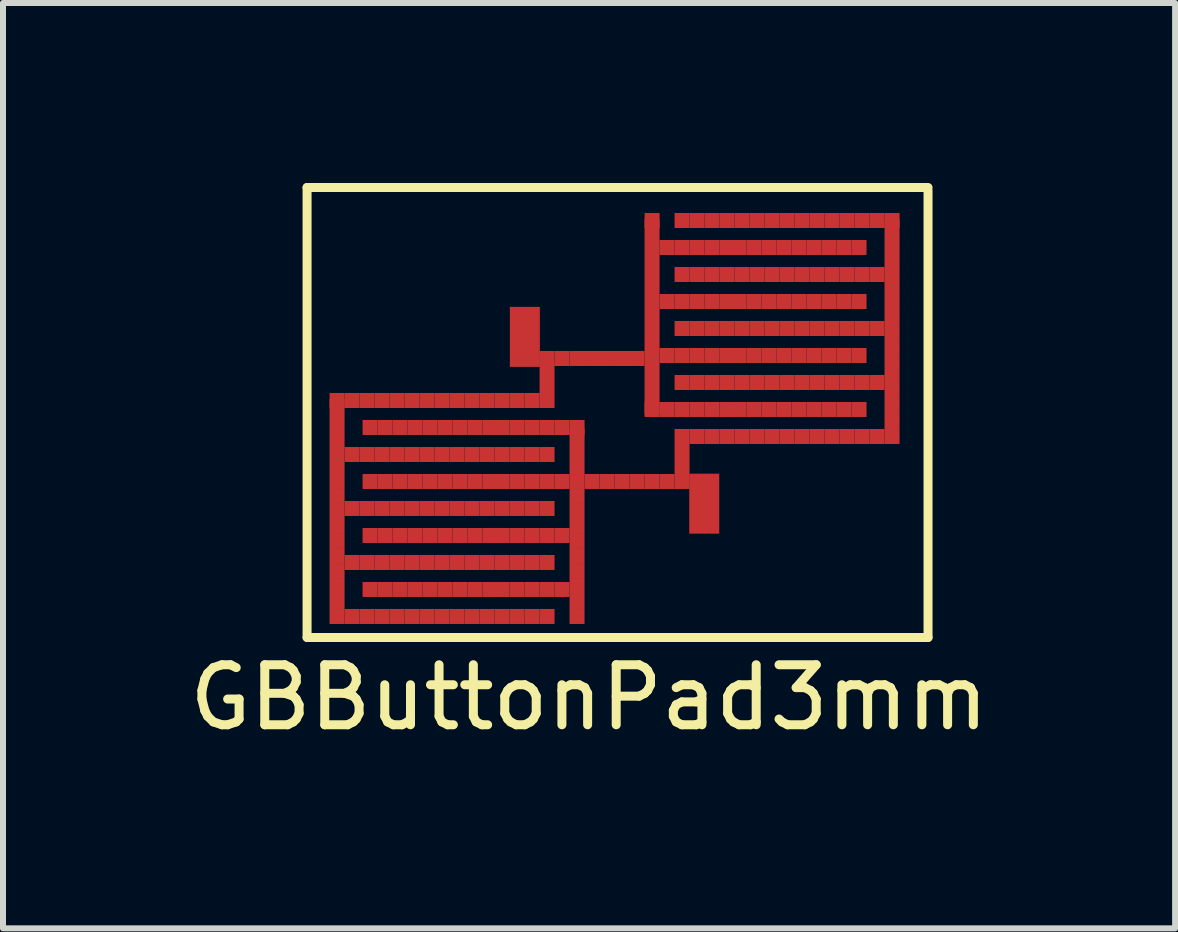
<source format=kicad_pcb>
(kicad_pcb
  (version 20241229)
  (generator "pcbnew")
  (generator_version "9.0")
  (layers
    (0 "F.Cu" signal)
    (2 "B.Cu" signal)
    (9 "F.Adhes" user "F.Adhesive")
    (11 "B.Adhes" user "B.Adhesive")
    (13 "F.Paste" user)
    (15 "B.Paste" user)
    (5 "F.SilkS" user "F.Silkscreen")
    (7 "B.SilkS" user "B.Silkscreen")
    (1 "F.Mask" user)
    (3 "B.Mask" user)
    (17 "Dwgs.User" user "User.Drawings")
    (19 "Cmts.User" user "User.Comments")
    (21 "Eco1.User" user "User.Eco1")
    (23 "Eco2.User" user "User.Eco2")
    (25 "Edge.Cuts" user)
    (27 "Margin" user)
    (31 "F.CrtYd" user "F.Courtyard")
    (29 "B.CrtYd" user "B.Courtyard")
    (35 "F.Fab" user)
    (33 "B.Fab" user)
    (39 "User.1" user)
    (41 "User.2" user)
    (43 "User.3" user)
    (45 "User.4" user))
  (footprint "GBButtonPad3mm"
    (layer "F.Cu")
    (at 6.768 4.075)
    (property "Reference" "GBButtonPad3mm" (at 0 4.5 0) (layer "F.SilkS") (effects (font (size 1 1) (thickness 0.15))))
    (attr through_hole)
    (fp_line (start -4.7 -4) (end 5.65 -4) (stroke (width 0.15) (type solid)) (layer "F.SilkS"))
    (fp_line (start -4.7 3.5) (end -4.7 -4) (stroke (width 0.15) (type solid)) (layer "F.SilkS"))
    (fp_line (start 5.65 -3.95) (end 5.65 3.5) (stroke (width 0.15) (type solid)) (layer "F.SilkS"))
    (fp_line (start 5.65 3.5) (end -4.7 3.5) (stroke (width 0.15) (type solid)) (layer "F.SilkS"))
    (pad "1" connect rect (at -1.07 -1.51) (size 0.5 1) (layers "F.Cu" "F.Mask"))
    (pad "2" connect rect (at 1.92 1.27) (size 0.5 1) (layers "F.Cu" "F.Mask"))
    (pad "13" connect rect (at -4.2 -0.45) (size 0.25 0.25) (layers "F.Cu" "F.Mask"))
    (pad "13" connect rect (at 5.05 -3.45 180) (size 0.25 0.25) (layers "F.Cu" "F.Mask"))
    (pad "14" connect rect (at -3.95 -0.45) (size 0.25 0.25) (layers "F.Cu" "F.Mask"))
    (pad "14" connect rect (at 4.8 -3.45 180) (size 0.25 0.25) (layers "F.Cu" "F.Mask"))
    (pad "15" connect rect (at -3.7 -0.45) (size 0.25 0.25) (layers "F.Cu" "F.Mask"))
    (pad "15" connect rect (at 4.55 -3.45 180) (size 0.25 0.25) (layers "F.Cu" "F.Mask"))
    (pad "16" connect rect (at -3.45 -0.45) (size 0.25 0.25) (layers "F.Cu" "F.Mask"))
    (pad "16" connect rect (at 4.3 -3.45 180) (size 0.25 0.25) (layers "F.Cu" "F.Mask"))
    (pad "17" connect rect (at -3.2 -0.45) (size 0.25 0.25) (layers "F.Cu" "F.Mask"))
    (pad "17" connect rect (at 4.05 -3.45 180) (size 0.25 0.25) (layers "F.Cu" "F.Mask"))
    (pad "18" connect rect (at -2.95 -0.45) (size 0.25 0.25) (layers "F.Cu" "F.Mask"))
    (pad "18" connect rect (at 3.8 -3.45 180) (size 0.25 0.25) (layers "F.Cu" "F.Mask"))
    (pad "19" connect rect (at -2.7 -0.45) (size 0.25 0.25) (layers "F.Cu" "F.Mask"))
    (pad "19" connect rect (at 3.55 -3.45 180) (size 0.25 0.25) (layers "F.Cu" "F.Mask"))
    (pad "20" connect rect (at -2.45 -0.45) (size 0.25 0.25) (layers "F.Cu" "F.Mask"))
    (pad "20" connect rect (at 3.3 -3.45 180) (size 0.25 0.25) (layers "F.Cu" "F.Mask"))
    (pad "21" connect rect (at -2.2 -0.45) (size 0.25 0.25) (layers "F.Cu" "F.Mask"))
    (pad "21" connect rect (at 3.05 -3.45 180) (size 0.25 0.25) (layers "F.Cu" "F.Mask"))
    (pad "22" connect rect (at -1.95 -0.45) (size 0.25 0.25) (layers "F.Cu" "F.Mask"))
    (pad "22" connect rect (at 2.8 -3.45 180) (size 0.25 0.25) (layers "F.Cu" "F.Mask"))
    (pad "23" connect rect (at -1.7 -0.45) (size 0.25 0.25) (layers "F.Cu" "F.Mask"))
    (pad "23" connect rect (at 2.55 -3.45 180) (size 0.25 0.25) (layers "F.Cu" "F.Mask"))
    (pad "24" connect rect (at -1.45 -0.45) (size 0.25 0.25) (layers "F.Cu" "F.Mask"))
    (pad "24" connect rect (at 2.3 -3.45 180) (size 0.25 0.25) (layers "F.Cu" "F.Mask"))
    (pad "25" connect rect (at -1.2 -0.45) (size 0.25 0.25) (layers "F.Cu" "F.Mask"))
    (pad "25" connect rect (at 2.05 -3.45 180) (size 0.25 0.25) (layers "F.Cu" "F.Mask"))
    (pad "26" connect rect (at -0.95 -0.45) (size 0.25 0.25) (layers "F.Cu" "F.Mask"))
    (pad "26" connect rect (at 1.8 -3.45 180) (size 0.25 0.25) (layers "F.Cu" "F.Mask"))
    (pad "27" connect rect (at -0.7 -0.45) (size 0.25 0.25) (layers "F.Cu" "F.Mask"))
    (pad "27" connect rect (at 1.55 -3.45 180) (size 0.25 0.25) (layers "F.Cu" "F.Mask"))
    (pad "29" connect rect (at -4.2 -0.35) (size 0.25 0.25) (layers "F.Cu" "F.Mask"))
    (pad "29" connect rect (at 5.05 -3.35 180) (size 0.25 0.25) (layers "F.Cu" "F.Mask"))
    (pad "30" connect rect (at -4.2 -0.1) (size 0.25 0.25) (layers "F.Cu" "F.Mask"))
    (pad "30" connect rect (at 5.05 -3.1 180) (size 0.25 0.25) (layers "F.Cu" "F.Mask"))
    (pad "31" connect rect (at -4.2 0.15) (size 0.25 0.25) (layers "F.Cu" "F.Mask"))
    (pad "31" connect rect (at 5.05 -2.85 180) (size 0.25 0.25) (layers "F.Cu" "F.Mask"))
    (pad "32" connect rect (at -4.2 0.4) (size 0.25 0.25) (layers "F.Cu" "F.Mask"))
    (pad "32" connect rect (at 5.05 -2.6 180) (size 0.25 0.25) (layers "F.Cu" "F.Mask"))
    (pad "33" connect rect (at -4.2 0.65) (size 0.25 0.25) (layers "F.Cu" "F.Mask"))
    (pad "33" connect rect (at 5.05 -2.35 180) (size 0.25 0.25) (layers "F.Cu" "F.Mask"))
    (pad "34" connect rect (at -4.2 0.9) (size 0.25 0.25) (layers "F.Cu" "F.Mask"))
    (pad "34" connect rect (at 5.05 -2.1 180) (size 0.25 0.25) (layers "F.Cu" "F.Mask"))
    (pad "35" connect rect (at -4.2 1.15) (size 0.25 0.25) (layers "F.Cu" "F.Mask"))
    (pad "35" connect rect (at 5.05 -1.85 180) (size 0.25 0.25) (layers "F.Cu" "F.Mask"))
    (pad "36" connect rect (at -4.2 1.4) (size 0.25 0.25) (layers "F.Cu" "F.Mask"))
    (pad "36" connect rect (at 5.05 -1.6 180) (size 0.25 0.25) (layers "F.Cu" "F.Mask"))
    (pad "37" connect rect (at -4.2 1.65) (size 0.25 0.25) (layers "F.Cu" "F.Mask"))
    (pad "37" connect rect (at 5.05 -1.35 180) (size 0.25 0.25) (layers "F.Cu" "F.Mask"))
    (pad "38" connect rect (at -4.2 1.9) (size 0.25 0.25) (layers "F.Cu" "F.Mask"))
    (pad "38" connect rect (at 5.05 -1.1 180) (size 0.25 0.25) (layers "F.Cu" "F.Mask"))
    (pad "39" connect rect (at -4.2 2.15) (size 0.25 0.25) (layers "F.Cu" "F.Mask"))
    (pad "39" connect rect (at 5.05 -0.85 180) (size 0.25 0.25) (layers "F.Cu" "F.Mask"))
    (pad "40" connect rect (at -4.2 2.4) (size 0.25 0.25) (layers "F.Cu" "F.Mask"))
    (pad "40" connect rect (at 5.05 -0.6 180) (size 0.25 0.25) (layers "F.Cu" "F.Mask"))
    (pad "41" connect rect (at -4.2 2.65) (size 0.25 0.25) (layers "F.Cu" "F.Mask"))
    (pad "41" connect rect (at 5.05 -0.35 180) (size 0.25 0.25) (layers "F.Cu" "F.Mask"))
    (pad "42" connect rect (at -4.2 2.9) (size 0.25 0.25) (layers "F.Cu" "F.Mask"))
    (pad "42" connect rect (at 5.05 -0.1 180) (size 0.25 0.25) (layers "F.Cu" "F.Mask"))
    (pad "43" connect rect (at -4.2 3.15) (size 0.25 0.25) (layers "F.Cu" "F.Mask"))
    (pad "43" connect rect (at 5.05 0.15 180) (size 0.25 0.25) (layers "F.Cu" "F.Mask"))
    (pad "45" connect rect (at 1.05 -3.45 180) (size 0.25 0.25) (layers "F.Cu" "F.Mask"))
    (pad "46" connect rect (at 1.05 -3.35 180) (size 0.25 0.25) (layers "F.Cu" "F.Mask"))
    (pad "47" connect rect (at 1.05 -3.1 180) (size 0.25 0.25) (layers "F.Cu" "F.Mask"))
    (pad "48" connect rect (at -0.2 0.15) (size 0.25 0.25) (layers "F.Cu" "F.Mask"))
    (pad "48" connect rect (at 1.05 -2.85 180) (size 0.25 0.25) (layers "F.Cu" "F.Mask"))
    (pad "49" connect rect (at -0.2 0.4) (size 0.25 0.25) (layers "F.Cu" "F.Mask"))
    (pad "49" connect rect (at 1.05 -2.6 180) (size 0.25 0.25) (layers "F.Cu" "F.Mask"))
    (pad "50" connect rect (at -0.2 0.65) (size 0.25 0.25) (layers "F.Cu" "F.Mask"))
    (pad "50" connect rect (at 1.05 -2.35 180) (size 0.25 0.25) (layers "F.Cu" "F.Mask"))
    (pad "51" connect rect (at -0.2 0.9) (size 0.25 0.25) (layers "F.Cu" "F.Mask"))
    (pad "51" connect rect (at 1.05 -2.1 180) (size 0.25 0.25) (layers "F.Cu" "F.Mask"))
    (pad "52" connect rect (at -0.2 1.15) (size 0.25 0.25) (layers "F.Cu" "F.Mask"))
    (pad "52" connect rect (at 1.05 -1.85 180) (size 0.25 0.25) (layers "F.Cu" "F.Mask"))
    (pad "53" connect rect (at -0.2 1.4) (size 0.25 0.25) (layers "F.Cu" "F.Mask"))
    (pad "53" connect rect (at 1.05 -1.6 180) (size 0.25 0.25) (layers "F.Cu" "F.Mask"))
    (pad "54" connect rect (at -0.2 1.65) (size 0.25 0.25) (layers "F.Cu" "F.Mask"))
    (pad "54" connect rect (at 1.05 -1.35 180) (size 0.25 0.25) (layers "F.Cu" "F.Mask"))
    (pad "55" connect rect (at -0.2 1.9) (size 0.25 0.25) (layers "F.Cu" "F.Mask"))
    (pad "55" connect rect (at 1.05 -1.1 180) (size 0.25 0.25) (layers "F.Cu" "F.Mask"))
    (pad "56" connect rect (at -0.2 2.15) (size 0.25 0.25) (layers "F.Cu" "F.Mask"))
    (pad "56" connect rect (at 1.05 -0.85 180) (size 0.25 0.25) (layers "F.Cu" "F.Mask"))
    (pad "57" connect rect (at -0.2 2.4) (size 0.25 0.25) (layers "F.Cu" "F.Mask"))
    (pad "57" connect rect (at 1.05 -0.6 180) (size 0.25 0.25) (layers "F.Cu" "F.Mask"))
    (pad "58" connect rect (at -0.2 2.65) (size 0.25 0.25) (layers "F.Cu" "F.Mask"))
    (pad "58" connect rect (at 1.05 -0.35 180) (size 0.25 0.25) (layers "F.Cu" "F.Mask"))
    (pad "59" connect rect (at -0.2 2.9) (size 0.25 0.25) (layers "F.Cu" "F.Mask"))
    (pad "60" connect rect (at -0.2 3.15) (size 0.25 0.25) (layers "F.Cu" "F.Mask"))
    (pad "61" connect rect (at -3.95 0.45) (size 0.25 0.25) (layers "F.Cu" "F.Mask"))
    (pad "61" connect rect (at -3.95 1.35) (size 0.25 0.25) (layers "F.Cu" "F.Mask"))
    (pad "61" connect rect (at -3.95 2.25) (size 0.25 0.25) (layers "F.Cu" "F.Mask"))
    (pad "61" connect rect (at -3.95 3.15) (size 0.25 0.25) (layers "F.Cu" "F.Mask"))
    (pad "61" connect rect (at 4.8 -2.55 180) (size 0.25 0.25) (layers "F.Cu" "F.Mask"))
    (pad "61" connect rect (at 4.8 -1.65 180) (size 0.25 0.25) (layers "F.Cu" "F.Mask"))
    (pad "61" connect rect (at 4.8 -0.75 180) (size 0.25 0.25) (layers "F.Cu" "F.Mask"))
    (pad "61" connect rect (at 4.8 0.15 180) (size 0.25 0.25) (layers "F.Cu" "F.Mask"))
    (pad "62" connect rect (at -3.7 0.45) (size 0.25 0.25) (layers "F.Cu" "F.Mask"))
    (pad "62" connect rect (at -3.7 1.35) (size 0.25 0.25) (layers "F.Cu" "F.Mask"))
    (pad "62" connect rect (at -3.7 2.25) (size 0.25 0.25) (layers "F.Cu" "F.Mask"))
    (pad "62" connect rect (at -3.7 3.15) (size 0.25 0.25) (layers "F.Cu" "F.Mask"))
    (pad "62" connect rect (at 4.55 -2.55 180) (size 0.25 0.25) (layers "F.Cu" "F.Mask"))
    (pad "62" connect rect (at 4.55 -1.65 180) (size 0.25 0.25) (layers "F.Cu" "F.Mask"))
    (pad "62" connect rect (at 4.55 -0.75 180) (size 0.25 0.25) (layers "F.Cu" "F.Mask"))
    (pad "62" connect rect (at 4.55 0.15 180) (size 0.25 0.25) (layers "F.Cu" "F.Mask"))
    (pad "63" connect rect (at -3.45 0.45) (size 0.25 0.25) (layers "F.Cu" "F.Mask"))
    (pad "63" connect rect (at -3.45 1.35) (size 0.25 0.25) (layers "F.Cu" "F.Mask"))
    (pad "63" connect rect (at -3.45 2.25) (size 0.25 0.25) (layers "F.Cu" "F.Mask"))
    (pad "63" connect rect (at -3.45 3.15) (size 0.25 0.25) (layers "F.Cu" "F.Mask"))
    (pad "63" connect rect (at 4.3 -2.55 180) (size 0.25 0.25) (layers "F.Cu" "F.Mask"))
    (pad "63" connect rect (at 4.3 -1.65 180) (size 0.25 0.25) (layers "F.Cu" "F.Mask"))
    (pad "63" connect rect (at 4.3 -0.75 180) (size 0.25 0.25) (layers "F.Cu" "F.Mask"))
    (pad "63" connect rect (at 4.3 0.15 180) (size 0.25 0.25) (layers "F.Cu" "F.Mask"))
    (pad "64" connect rect (at -3.2 0.45) (size 0.25 0.25) (layers "F.Cu" "F.Mask"))
    (pad "64" connect rect (at -3.2 1.35) (size 0.25 0.25) (layers "F.Cu" "F.Mask"))
    (pad "64" connect rect (at -3.2 2.25) (size 0.25 0.25) (layers "F.Cu" "F.Mask"))
    (pad "64" connect rect (at -3.2 3.15) (size 0.25 0.25) (layers "F.Cu" "F.Mask"))
    (pad "64" connect rect (at 4.05 -2.55 180) (size 0.25 0.25) (layers "F.Cu" "F.Mask"))
    (pad "64" connect rect (at 4.05 -1.65 180) (size 0.25 0.25) (layers "F.Cu" "F.Mask"))
    (pad "64" connect rect (at 4.05 -0.75 180) (size 0.25 0.25) (layers "F.Cu" "F.Mask"))
    (pad "64" connect rect (at 4.05 0.15 180) (size 0.25 0.25) (layers "F.Cu" "F.Mask"))
    (pad "65" connect rect (at -2.95 0.45) (size 0.25 0.25) (layers "F.Cu" "F.Mask"))
    (pad "65" connect rect (at -2.95 1.35) (size 0.25 0.25) (layers "F.Cu" "F.Mask"))
    (pad "65" connect rect (at -2.95 2.25) (size 0.25 0.25) (layers "F.Cu" "F.Mask"))
    (pad "65" connect rect (at -2.95 3.15) (size 0.25 0.25) (layers "F.Cu" "F.Mask"))
    (pad "65" connect rect (at 3.8 -2.55 180) (size 0.25 0.25) (layers "F.Cu" "F.Mask"))
    (pad "65" connect rect (at 3.8 -1.65 180) (size 0.25 0.25) (layers "F.Cu" "F.Mask"))
    (pad "65" connect rect (at 3.8 -0.75 180) (size 0.25 0.25) (layers "F.Cu" "F.Mask"))
    (pad "65" connect rect (at 3.8 0.15 180) (size 0.25 0.25) (layers "F.Cu" "F.Mask"))
    (pad "66" connect rect (at -2.7 0.45) (size 0.25 0.25) (layers "F.Cu" "F.Mask"))
    (pad "66" connect rect (at -2.7 1.35) (size 0.25 0.25) (layers "F.Cu" "F.Mask"))
    (pad "66" connect rect (at -2.7 2.25) (size 0.25 0.25) (layers "F.Cu" "F.Mask"))
    (pad "66" connect rect (at -2.7 3.15) (size 0.25 0.25) (layers "F.Cu" "F.Mask"))
    (pad "66" connect rect (at 3.55 -2.55 180) (size 0.25 0.25) (layers "F.Cu" "F.Mask"))
    (pad "66" connect rect (at 3.55 -1.65 180) (size 0.25 0.25) (layers "F.Cu" "F.Mask"))
    (pad "66" connect rect (at 3.55 -0.75 180) (size 0.25 0.25) (layers "F.Cu" "F.Mask"))
    (pad "66" connect rect (at 3.55 0.15 180) (size 0.25 0.25) (layers "F.Cu" "F.Mask"))
    (pad "67" connect rect (at -2.45 0.45) (size 0.25 0.25) (layers "F.Cu" "F.Mask"))
    (pad "67" connect rect (at -2.45 1.35) (size 0.25 0.25) (layers "F.Cu" "F.Mask"))
    (pad "67" connect rect (at -2.45 2.25) (size 0.25 0.25) (layers "F.Cu" "F.Mask"))
    (pad "67" connect rect (at -2.45 3.15) (size 0.25 0.25) (layers "F.Cu" "F.Mask"))
    (pad "67" connect rect (at 3.3 -2.55 180) (size 0.25 0.25) (layers "F.Cu" "F.Mask"))
    (pad "67" connect rect (at 3.3 -1.65 180) (size 0.25 0.25) (layers "F.Cu" "F.Mask"))
    (pad "67" connect rect (at 3.3 -0.75 180) (size 0.25 0.25) (layers "F.Cu" "F.Mask"))
    (pad "67" connect rect (at 3.3 0.15 180) (size 0.25 0.25) (layers "F.Cu" "F.Mask"))
    (pad "68" connect rect (at -2.2 0.45) (size 0.25 0.25) (layers "F.Cu" "F.Mask"))
    (pad "68" connect rect (at -2.2 1.35) (size 0.25 0.25) (layers "F.Cu" "F.Mask"))
    (pad "68" connect rect (at -2.2 2.25) (size 0.25 0.25) (layers "F.Cu" "F.Mask"))
    (pad "68" connect rect (at -2.2 3.15) (size 0.25 0.25) (layers "F.Cu" "F.Mask"))
    (pad "68" connect rect (at 3.05 -2.55 180) (size 0.25 0.25) (layers "F.Cu" "F.Mask"))
    (pad "68" connect rect (at 3.05 -1.65 180) (size 0.25 0.25) (layers "F.Cu" "F.Mask"))
    (pad "68" connect rect (at 3.05 -0.75 180) (size 0.25 0.25) (layers "F.Cu" "F.Mask"))
    (pad "68" connect rect (at 3.05 0.15 180) (size 0.25 0.25) (layers "F.Cu" "F.Mask"))
    (pad "69" connect rect (at -1.95 0.45) (size 0.25 0.25) (layers "F.Cu" "F.Mask"))
    (pad "69" connect rect (at -1.95 1.35) (size 0.25 0.25) (layers "F.Cu" "F.Mask"))
    (pad "69" connect rect (at -1.95 2.25) (size 0.25 0.25) (layers "F.Cu" "F.Mask"))
    (pad "69" connect rect (at -1.95 3.15) (size 0.25 0.25) (layers "F.Cu" "F.Mask"))
    (pad "69" connect rect (at 2.8 -2.55 180) (size 0.25 0.25) (layers "F.Cu" "F.Mask"))
    (pad "69" connect rect (at 2.8 -1.65 180) (size 0.25 0.25) (layers "F.Cu" "F.Mask"))
    (pad "69" connect rect (at 2.8 -0.75 180) (size 0.25 0.25) (layers "F.Cu" "F.Mask"))
    (pad "69" connect rect (at 2.8 0.15 180) (size 0.25 0.25) (layers "F.Cu" "F.Mask"))
    (pad "70" connect rect (at -1.7 0.45) (size 0.25 0.25) (layers "F.Cu" "F.Mask"))
    (pad "70" connect rect (at -1.7 1.35) (size 0.25 0.25) (layers "F.Cu" "F.Mask"))
    (pad "70" connect rect (at -1.7 2.25) (size 0.25 0.25) (layers "F.Cu" "F.Mask"))
    (pad "70" connect rect (at -1.7 3.15) (size 0.25 0.25) (layers "F.Cu" "F.Mask"))
    (pad "70" connect rect (at 2.55 -2.55 180) (size 0.25 0.25) (layers "F.Cu" "F.Mask"))
    (pad "70" connect rect (at 2.55 -1.65 180) (size 0.25 0.25) (layers "F.Cu" "F.Mask"))
    (pad "70" connect rect (at 2.55 -0.75 180) (size 0.25 0.25) (layers "F.Cu" "F.Mask"))
    (pad "70" connect rect (at 2.55 0.15 180) (size 0.25 0.25) (layers "F.Cu" "F.Mask"))
    (pad "71" connect rect (at -1.45 0.45) (size 0.25 0.25) (layers "F.Cu" "F.Mask"))
    (pad "71" connect rect (at -1.45 1.35) (size 0.25 0.25) (layers "F.Cu" "F.Mask"))
    (pad "71" connect rect (at -1.45 2.25) (size 0.25 0.25) (layers "F.Cu" "F.Mask"))
    (pad "71" connect rect (at -1.45 3.15) (size 0.25 0.25) (layers "F.Cu" "F.Mask"))
    (pad "71" connect rect (at 2.3 -2.55 180) (size 0.25 0.25) (layers "F.Cu" "F.Mask"))
    (pad "71" connect rect (at 2.3 -1.65 180) (size 0.25 0.25) (layers "F.Cu" "F.Mask"))
    (pad "71" connect rect (at 2.3 -0.75 180) (size 0.25 0.25) (layers "F.Cu" "F.Mask"))
    (pad "71" connect rect (at 2.3 0.15 180) (size 0.25 0.25) (layers "F.Cu" "F.Mask"))
    (pad "72" connect rect (at -1.2 0.45) (size 0.25 0.25) (layers "F.Cu" "F.Mask"))
    (pad "72" connect rect (at -1.2 1.35) (size 0.25 0.25) (layers "F.Cu" "F.Mask"))
    (pad "72" connect rect (at -1.2 2.25) (size 0.25 0.25) (layers "F.Cu" "F.Mask"))
    (pad "72" connect rect (at -1.2 3.15) (size 0.25 0.25) (layers "F.Cu" "F.Mask"))
    (pad "72" connect rect (at 2.05 -2.55 180) (size 0.25 0.25) (layers "F.Cu" "F.Mask"))
    (pad "72" connect rect (at 2.05 -1.65 180) (size 0.25 0.25) (layers "F.Cu" "F.Mask"))
    (pad "72" connect rect (at 2.05 -0.75 180) (size 0.25 0.25) (layers "F.Cu" "F.Mask"))
    (pad "72" connect rect (at 2.05 0.15 180) (size 0.25 0.25) (layers "F.Cu" "F.Mask"))
    (pad "73" connect rect (at -0.95 0.45) (size 0.25 0.25) (layers "F.Cu" "F.Mask"))
    (pad "73" connect rect (at -0.95 1.35) (size 0.25 0.25) (layers "F.Cu" "F.Mask"))
    (pad "73" connect rect (at -0.95 2.25) (size 0.25 0.25) (layers "F.Cu" "F.Mask"))
    (pad "73" connect rect (at -0.95 3.15) (size 0.25 0.25) (layers "F.Cu" "F.Mask"))
    (pad "73" connect rect (at 1.8 -2.55 180) (size 0.25 0.25) (layers "F.Cu" "F.Mask"))
    (pad "73" connect rect (at 1.8 -1.65 180) (size 0.25 0.25) (layers "F.Cu" "F.Mask"))
    (pad "73" connect rect (at 1.8 -0.75 180) (size 0.25 0.25) (layers "F.Cu" "F.Mask"))
    (pad "73" connect rect (at 1.8 0.15 180) (size 0.25 0.25) (layers "F.Cu" "F.Mask"))
    (pad "74" connect rect (at -0.7 0.45) (size 0.25 0.25) (layers "F.Cu" "F.Mask"))
    (pad "74" connect rect (at -0.7 1.35) (size 0.25 0.25) (layers "F.Cu" "F.Mask"))
    (pad "74" connect rect (at -0.7 2.25) (size 0.25 0.25) (layers "F.Cu" "F.Mask"))
    (pad "74" connect rect (at -0.7 3.15) (size 0.25 0.25) (layers "F.Cu" "F.Mask"))
    (pad "74" connect rect (at 1.55 -2.55 180) (size 0.25 0.25) (layers "F.Cu" "F.Mask"))
    (pad "74" connect rect (at 1.55 -1.65 180) (size 0.25 0.25) (layers "F.Cu" "F.Mask"))
    (pad "74" connect rect (at 1.55 -0.75 180) (size 0.25 0.25) (layers "F.Cu" "F.Mask"))
    (pad "74" connect rect (at 1.55 0.15 180) (size 0.25 0.25) (layers "F.Cu" "F.Mask"))
    (pad "84" connect rect (at -0.45 0) (size 0.25 0.25) (layers "F.Cu" "F.Mask"))
    (pad "84" connect rect (at -0.45 0.9) (size 0.25 0.25) (layers "F.Cu" "F.Mask"))
    (pad "84" connect rect (at -0.45 1.8) (size 0.25 0.25) (layers "F.Cu" "F.Mask"))
    (pad "84" connect rect (at -0.45 2.7) (size 0.25 0.25) (layers "F.Cu" "F.Mask"))
    (pad "84" connect rect (at 1.3 -3 180) (size 0.25 0.25) (layers "F.Cu" "F.Mask"))
    (pad "84" connect rect (at 1.3 -2.1 180) (size 0.25 0.25) (layers "F.Cu" "F.Mask"))
    (pad "84" connect rect (at 1.3 -1.2 180) (size 0.25 0.25) (layers "F.Cu" "F.Mask"))
    (pad "84" connect rect (at 1.3 -0.3 180) (size 0.25 0.25) (layers "F.Cu" "F.Mask"))
    (pad "85" connect rect (at -0.7 0) (size 0.25 0.25) (layers "F.Cu" "F.Mask"))
    (pad "85" connect rect (at -0.7 0.9) (size 0.25 0.25) (layers "F.Cu" "F.Mask"))
    (pad "85" connect rect (at -0.7 1.8) (size 0.25 0.25) (layers "F.Cu" "F.Mask"))
    (pad "85" connect rect (at -0.7 2.7) (size 0.25 0.25) (layers "F.Cu" "F.Mask"))
    (pad "85" connect rect (at 1.55 -3 180) (size 0.25 0.25) (layers "F.Cu" "F.Mask"))
    (pad "85" connect rect (at 1.55 -2.1 180) (size 0.25 0.25) (layers "F.Cu" "F.Mask"))
    (pad "85" connect rect (at 1.55 -1.2 180) (size 0.25 0.25) (layers "F.Cu" "F.Mask"))
    (pad "85" connect rect (at 1.55 -0.3 180) (size 0.25 0.25) (layers "F.Cu" "F.Mask"))
    (pad "88" connect rect (at -0.95 0) (size 0.25 0.25) (layers "F.Cu" "F.Mask"))
    (pad "88" connect rect (at -0.95 0.9) (size 0.25 0.25) (layers "F.Cu" "F.Mask"))
    (pad "88" connect rect (at -0.95 1.8) (size 0.25 0.25) (layers "F.Cu" "F.Mask"))
    (pad "88" connect rect (at -0.95 2.7) (size 0.25 0.25) (layers "F.Cu" "F.Mask"))
    (pad "88" connect rect (at 1.8 -3 180) (size 0.25 0.25) (layers "F.Cu" "F.Mask"))
    (pad "88" connect rect (at 1.8 -2.1 180) (size 0.25 0.25) (layers "F.Cu" "F.Mask"))
    (pad "88" connect rect (at 1.8 -1.2 180) (size 0.25 0.25) (layers "F.Cu" "F.Mask"))
    (pad "88" connect rect (at 1.8 -0.3 180) (size 0.25 0.25) (layers "F.Cu" "F.Mask"))
    (pad "89" connect rect (at -1.2 0) (size 0.25 0.25) (layers "F.Cu" "F.Mask"))
    (pad "89" connect rect (at -1.2 0.9) (size 0.25 0.25) (layers "F.Cu" "F.Mask"))
    (pad "89" connect rect (at -1.2 1.8) (size 0.25 0.25) (layers "F.Cu" "F.Mask"))
    (pad "89" connect rect (at -1.2 2.7) (size 0.25 0.25) (layers "F.Cu" "F.Mask"))
    (pad "89" connect rect (at 2.05 -3 180) (size 0.25 0.25) (layers "F.Cu" "F.Mask"))
    (pad "89" connect rect (at 2.05 -2.1 180) (size 0.25 0.25) (layers "F.Cu" "F.Mask"))
    (pad "89" connect rect (at 2.05 -1.2 180) (size 0.25 0.25) (layers "F.Cu" "F.Mask"))
    (pad "89" connect rect (at 2.05 -0.3 180) (size 0.25 0.25) (layers "F.Cu" "F.Mask"))
    (pad "90" connect rect (at -1.45 0) (size 0.25 0.25) (layers "F.Cu" "F.Mask"))
    (pad "90" connect rect (at -1.45 0.9) (size 0.25 0.25) (layers "F.Cu" "F.Mask"))
    (pad "90" connect rect (at -1.45 1.8) (size 0.25 0.25) (layers "F.Cu" "F.Mask"))
    (pad "90" connect rect (at -1.45 2.7) (size 0.25 0.25) (layers "F.Cu" "F.Mask"))
    (pad "90" connect rect (at 2.3 -3 180) (size 0.25 0.25) (layers "F.Cu" "F.Mask"))
    (pad "90" connect rect (at 2.3 -2.1 180) (size 0.25 0.25) (layers "F.Cu" "F.Mask"))
    (pad "90" connect rect (at 2.3 -1.2 180) (size 0.25 0.25) (layers "F.Cu" "F.Mask"))
    (pad "90" connect rect (at 2.3 -0.3 180) (size 0.25 0.25) (layers "F.Cu" "F.Mask"))
    (pad "91" connect rect (at -1.65 0) (size 0.25 0.25) (layers "F.Cu" "F.Mask"))
    (pad "91" connect rect (at -1.65 0.9) (size 0.25 0.25) (layers "F.Cu" "F.Mask"))
    (pad "91" connect rect (at -1.65 1.8) (size 0.25 0.25) (layers "F.Cu" "F.Mask"))
    (pad "91" connect rect (at -1.65 2.7) (size 0.25 0.25) (layers "F.Cu" "F.Mask"))
    (pad "91" connect rect (at 2.5 -3 180) (size 0.25 0.25) (layers "F.Cu" "F.Mask"))
    (pad "91" connect rect (at 2.5 -2.1 180) (size 0.25 0.25) (layers "F.Cu" "F.Mask"))
    (pad "91" connect rect (at 2.5 -1.2 180) (size 0.25 0.25) (layers "F.Cu" "F.Mask"))
    (pad "91" connect rect (at 2.5 -0.3 180) (size 0.25 0.25) (layers "F.Cu" "F.Mask"))
    (pad "92" connect rect (at -1.9 0) (size 0.25 0.25) (layers "F.Cu" "F.Mask"))
    (pad "92" connect rect (at -1.9 0.9) (size 0.25 0.25) (layers "F.Cu" "F.Mask"))
    (pad "92" connect rect (at -1.9 1.8) (size 0.25 0.25) (layers "F.Cu" "F.Mask"))
    (pad "92" connect rect (at -1.9 2.7) (size 0.25 0.25) (layers "F.Cu" "F.Mask"))
    (pad "92" connect rect (at 2.75 -3 180) (size 0.25 0.25) (layers "F.Cu" "F.Mask"))
    (pad "92" connect rect (at 2.75 -2.1 180) (size 0.25 0.25) (layers "F.Cu" "F.Mask"))
    (pad "92" connect rect (at 2.75 -1.2 180) (size 0.25 0.25) (layers "F.Cu" "F.Mask"))
    (pad "92" connect rect (at 2.75 -0.3 180) (size 0.25 0.25) (layers "F.Cu" "F.Mask"))
    (pad "93" connect rect (at -2.15 0) (size 0.25 0.25) (layers "F.Cu" "F.Mask"))
    (pad "93" connect rect (at -2.15 0.9) (size 0.25 0.25) (layers "F.Cu" "F.Mask"))
    (pad "93" connect rect (at -2.15 1.8) (size 0.25 0.25) (layers "F.Cu" "F.Mask"))
    (pad "93" connect rect (at -2.15 2.7) (size 0.25 0.25) (layers "F.Cu" "F.Mask"))
    (pad "93" connect rect (at 3 -3 180) (size 0.25 0.25) (layers "F.Cu" "F.Mask"))
    (pad "93" connect rect (at 3 -2.1 180) (size 0.25 0.25) (layers "F.Cu" "F.Mask"))
    (pad "93" connect rect (at 3 -1.2 180) (size 0.25 0.25) (layers "F.Cu" "F.Mask"))
    (pad "93" connect rect (at 3 -0.3 180) (size 0.25 0.25) (layers "F.Cu" "F.Mask"))
    (pad "95" connect rect (at -2.4 0) (size 0.25 0.25) (layers "F.Cu" "F.Mask"))
    (pad "95" connect rect (at -2.4 0.9) (size 0.25 0.25) (layers "F.Cu" "F.Mask"))
    (pad "95" connect rect (at -2.4 1.8) (size 0.25 0.25) (layers "F.Cu" "F.Mask"))
    (pad "95" connect rect (at -2.4 2.7) (size 0.25 0.25) (layers "F.Cu" "F.Mask"))
    (pad "95" connect rect (at 3.25 -3 180) (size 0.25 0.25) (layers "F.Cu" "F.Mask"))
    (pad "95" connect rect (at 3.25 -2.1 180) (size 0.25 0.25) (layers "F.Cu" "F.Mask"))
    (pad "95" connect rect (at 3.25 -1.2 180) (size 0.25 0.25) (layers "F.Cu" "F.Mask"))
    (pad "95" connect rect (at 3.25 -0.3 180) (size 0.25 0.25) (layers "F.Cu" "F.Mask"))
    (pad "97" connect rect (at -2.65 0) (size 0.25 0.25) (layers "F.Cu" "F.Mask"))
    (pad "97" connect rect (at -2.65 0.9) (size 0.25 0.25) (layers "F.Cu" "F.Mask"))
    (pad "97" connect rect (at -2.65 1.8) (size 0.25 0.25) (layers "F.Cu" "F.Mask"))
    (pad "97" connect rect (at -2.65 2.7) (size 0.25 0.25) (layers "F.Cu" "F.Mask"))
    (pad "97" connect rect (at 3.5 -3 180) (size 0.25 0.25) (layers "F.Cu" "F.Mask"))
    (pad "97" connect rect (at 3.5 -2.1 180) (size 0.25 0.25) (layers "F.Cu" "F.Mask"))
    (pad "97" connect rect (at 3.5 -1.2 180) (size 0.25 0.25) (layers "F.Cu" "F.Mask"))
    (pad "97" connect rect (at 3.5 -0.3 180) (size 0.25 0.25) (layers "F.Cu" "F.Mask"))
    (pad "98" connect rect (at -2.9 0) (size 0.25 0.25) (layers "F.Cu" "F.Mask"))
    (pad "98" connect rect (at -2.9 0.9) (size 0.25 0.25) (layers "F.Cu" "F.Mask"))
    (pad "98" connect rect (at -2.9 1.8) (size 0.25 0.25) (layers "F.Cu" "F.Mask"))
    (pad "98" connect rect (at -2.9 2.7) (size 0.25 0.25) (layers "F.Cu" "F.Mask"))
    (pad "98" connect rect (at 3.75 -3 180) (size 0.25 0.25) (layers "F.Cu" "F.Mask"))
    (pad "98" connect rect (at 3.75 -2.1 180) (size 0.25 0.25) (layers "F.Cu" "F.Mask"))
    (pad "98" connect rect (at 3.75 -1.2 180) (size 0.25 0.25) (layers "F.Cu" "F.Mask"))
    (pad "98" connect rect (at 3.75 -0.3 180) (size 0.25 0.25) (layers "F.Cu" "F.Mask"))
    (pad "99" connect rect (at -3.15 0) (size 0.25 0.25) (layers "F.Cu" "F.Mask"))
    (pad "99" connect rect (at -3.15 0.9) (size 0.25 0.25) (layers "F.Cu" "F.Mask"))
    (pad "99" connect rect (at -3.15 1.8) (size 0.25 0.25) (layers "F.Cu" "F.Mask"))
    (pad "99" connect rect (at -3.15 2.7) (size 0.25 0.25) (layers "F.Cu" "F.Mask"))
    (pad "99" connect rect (at 4 -3 180) (size 0.25 0.25) (layers "F.Cu" "F.Mask"))
    (pad "99" connect rect (at 4 -2.1 180) (size 0.25 0.25) (layers "F.Cu" "F.Mask"))
    (pad "99" connect rect (at 4 -1.2 180) (size 0.25 0.25) (layers "F.Cu" "F.Mask"))
    (pad "99" connect rect (at 4 -0.3 180) (size 0.25 0.25) (layers "F.Cu" "F.Mask"))
    (pad "100" connect rect (at -3.4 0) (size 0.25 0.25) (layers "F.Cu" "F.Mask"))
    (pad "100" connect rect (at -3.4 0.9) (size 0.25 0.25) (layers "F.Cu" "F.Mask"))
    (pad "100" connect rect (at -3.4 1.8) (size 0.25 0.25) (layers "F.Cu" "F.Mask"))
    (pad "100" connect rect (at -3.4 2.7) (size 0.25 0.25) (layers "F.Cu" "F.Mask"))
    (pad "100" connect rect (at 4.25 -3 180) (size 0.25 0.25) (layers "F.Cu" "F.Mask"))
    (pad "100" connect rect (at 4.25 -2.1 180) (size 0.25 0.25) (layers "F.Cu" "F.Mask"))
    (pad "100" connect rect (at 4.25 -1.2 180) (size 0.25 0.25) (layers "F.Cu" "F.Mask"))
    (pad "100" connect rect (at 4.25 -0.3 180) (size 0.25 0.25) (layers "F.Cu" "F.Mask"))
    (pad "101" connect rect (at -3.65 0) (size 0.25 0.25) (layers "F.Cu" "F.Mask"))
    (pad "101" connect rect (at -3.65 0.9) (size 0.25 0.25) (layers "F.Cu" "F.Mask"))
    (pad "101" connect rect (at -3.65 1.8) (size 0.25 0.25) (layers "F.Cu" "F.Mask"))
    (pad "101" connect rect (at -3.65 2.7) (size 0.25 0.25) (layers "F.Cu" "F.Mask"))
    (pad "101" connect rect (at 4.5 -3 180) (size 0.25 0.25) (layers "F.Cu" "F.Mask"))
    (pad "101" connect rect (at 4.5 -2.1 180) (size 0.25 0.25) (layers "F.Cu" "F.Mask"))
    (pad "101" connect rect (at 4.5 -1.2 180) (size 0.25 0.25) (layers "F.Cu" "F.Mask"))
    (pad "101" connect rect (at 4.5 -0.3 180) (size 0.25 0.25) (layers "F.Cu" "F.Mask"))
    (pad "109" connect rect (at -0.2 -1.15) (size 0.25 0.25) (layers "F.Cu" "F.Mask"))
    (pad "110" connect rect (at 0 -1.15) (size 0.25 0.25) (layers "F.Cu" "F.Mask"))
    (pad "111" connect rect (at 0.2 -1.15) (size 0.25 0.25) (layers "F.Cu" "F.Mask"))
    (pad "112" connect rect (at 0.4 -1.15) (size 0.25 0.25) (layers "F.Cu" "F.Mask"))
    (pad "113" connect rect (at 0.6 -1.15) (size 0.25 0.25) (layers "F.Cu" "F.Mask"))
    (pad "114" connect rect (at 0.8 -1.15) (size 0.25 0.25) (layers "F.Cu" "F.Mask"))
    (pad "121" connect rect (at -0.7 -0.7) (size 0.25 0.25) (layers "F.Cu" "F.Mask"))
    (pad "122" connect rect (at -0.7 -0.95) (size 0.25 0.25) (layers "F.Cu" "F.Mask"))
    (pad "123" connect rect (at -0.7 -1.15) (size 0.25 0.25) (layers "F.Cu" "F.Mask"))
    (pad "124" connect rect (at -0.45 -1.15) (size 0.25 0.25) (layers "F.Cu" "F.Mask"))
    (pad "126" connect rect (at 1.55 0.4) (size 0.25 0.25) (layers "F.Cu" "F.Mask"))
    (pad "128" connect rect (at 1.55 0.65) (size 0.25 0.25) (layers "F.Cu" "F.Mask"))
    (pad "129" connect rect (at 1.55 0.9) (size 0.25 0.25) (layers "F.Cu" "F.Mask"))
    (pad "131" connect rect (at 1.3 0.9) (size 0.25 0.25) (layers "F.Cu" "F.Mask"))
    (pad "134" connect rect (at 1.05 0.9) (size 0.25 0.25) (layers "F.Cu" "F.Mask"))
    (pad "135" connect rect (at 0.8 0.9) (size 0.25 0.25) (layers "F.Cu" "F.Mask"))
    (pad "136" connect rect (at 0.55 0.9) (size 0.25 0.25) (layers "F.Cu" "F.Mask"))
    (pad "137" connect rect (at 0.3 0.9) (size 0.25 0.25) (layers "F.Cu" "F.Mask"))
    (pad "138" connect rect (at 0.05 0.9) (size 0.25 0.25) (layers "F.Cu" "F.Mask"))
    (pad "139" connect rect (at 1.05 -0.3) (size 0.25 0.25) (layers "F.Cu" "F.Mask"))
    (pad "140" connect rect (at -0.2 0) (size 0.25 0.25) (layers "F.Cu" "F.Mask")))
  (gr_rect
    (start -3 -3)
    (end 16.536 12.423)
    (stroke (width 0.1) (type default))
    (fill no)
    (layer "Edge.Cuts")))
</source>
